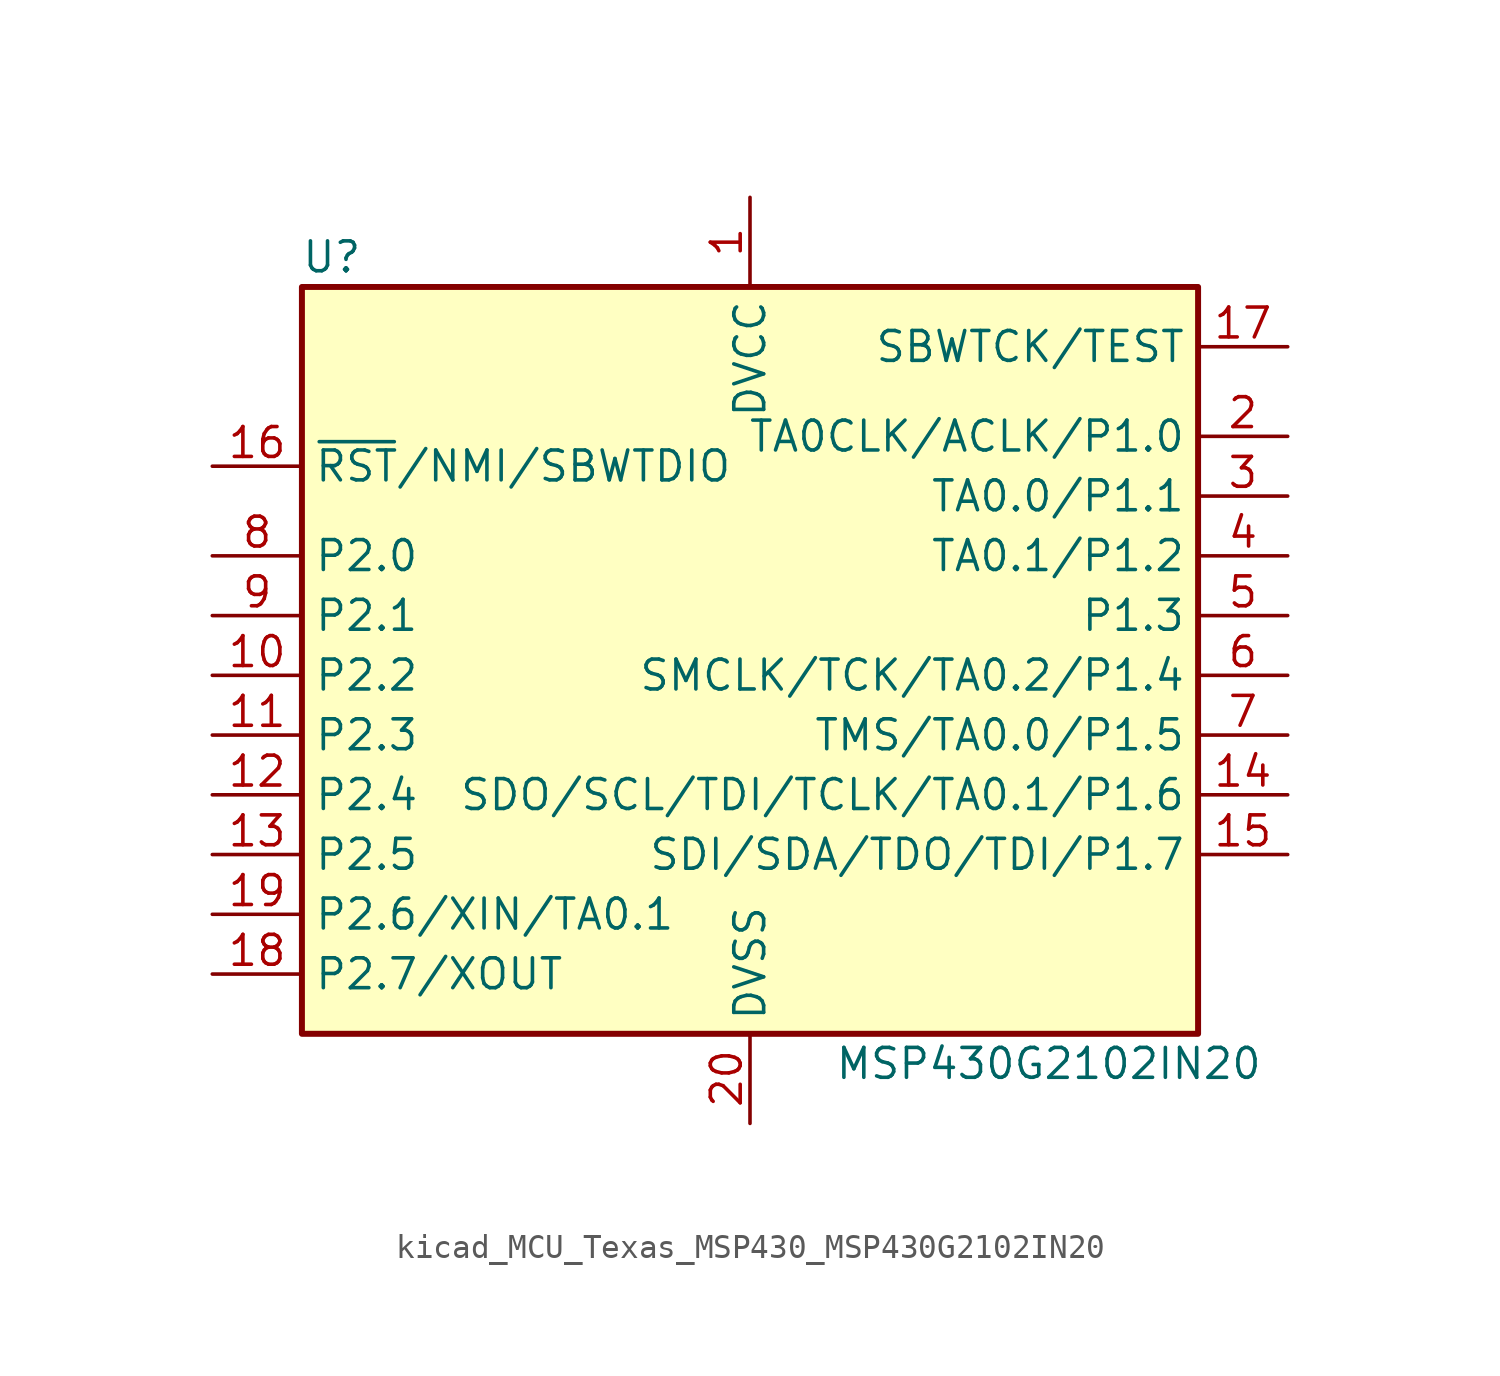
<source format=kicad_sym>
(kicad_symbol_lib
  (version 20220914)
  (generator kicad_symbol_editor)
  (symbol "kicad_MCU_Texas_MSP430_MSP430G2102IN20"
    (property "Reference" "U"
      (at -17.78 17.78 0)
      (effects (font (size 1.27 1.27))))
    (property "Value" "MSP430G2102IN20"
      (at 12.7 -16.51 0)
      (effects (font (size 1.27 1.27))))
    (symbol "kicad_MCU_Texas_MSP430_MSP430G2102IN20_0_1"
      (rectangle (start -19.05 16.51) (end 19.05 -15.24) (stroke (width 0.254) (type default)) (fill (type background))))
    (symbol "kicad_MCU_Texas_MSP430_MSP430G2102IN20_1_1"
      (pin power_in line (at 0 20.32 270) (length 3.81) (name "DVCC" (effects (font (size 1.27 1.27)))) (number "1" (effects (font (size 1.27 1.27)))))
      (pin bidirectional line (at -22.86 0 0) (length 3.81) (name "P2.2" (effects (font (size 1.27 1.27)))) (number "10" (effects (font (size 1.27 1.27)))))
      (pin bidirectional line (at -22.86 -2.54 0) (length 3.81) (name "P2.3" (effects (font (size 1.27 1.27)))) (number "11" (effects (font (size 1.27 1.27)))))
      (pin bidirectional line (at -22.86 -5.08 0) (length 3.81) (name "P2.4" (effects (font (size 1.27 1.27)))) (number "12" (effects (font (size 1.27 1.27)))))
      (pin bidirectional line (at -22.86 -7.62 0) (length 3.81) (name "P2.5" (effects (font (size 1.27 1.27)))) (number "13" (effects (font (size 1.27 1.27)))))
      (pin bidirectional line (at 22.86 -5.08 180) (length 3.81) (name "SDO/SCL/TDI/TCLK/TA0.1/P1.6" (effects (font (size 1.27 1.27)))) (number "14" (effects (font (size 1.27 1.27)))))
      (pin bidirectional line (at 22.86 -7.62 180) (length 3.81) (name "SDI/SDA/TDO/TDI/P1.7" (effects (font (size 1.27 1.27)))) (number "15" (effects (font (size 1.27 1.27)))))
      (pin input line (at -22.86 8.89 0) (length 3.81) (name "~{RST}/NMI/SBWTDIO" (effects (font (size 1.27 1.27)))) (number "16" (effects (font (size 1.27 1.27)))))
      (pin input line (at 22.86 13.97 180) (length 3.81) (name "SBWTCK/TEST" (effects (font (size 1.27 1.27)))) (number "17" (effects (font (size 1.27 1.27)))))
      (pin bidirectional line (at -22.86 -12.7 0) (length 3.81) (name "P2.7/XOUT" (effects (font (size 1.27 1.27)))) (number "18" (effects (font (size 1.27 1.27)))))
      (pin bidirectional line (at -22.86 -10.16 0) (length 3.81) (name "P2.6/XIN/TA0.1" (effects (font (size 1.27 1.27)))) (number "19" (effects (font (size 1.27 1.27)))))
      (pin bidirectional line (at 22.86 10.16 180) (length 3.81) (name "TA0CLK/ACLK/P1.0" (effects (font (size 1.27 1.27)))) (number "2" (effects (font (size 1.27 1.27)))))
      (pin power_in line (at 0 -19.05 90) (length 3.81) (name "DVSS" (effects (font (size 1.27 1.27)))) (number "20" (effects (font (size 1.27 1.27)))))
      (pin bidirectional line (at 22.86 7.62 180) (length 3.81) (name "TA0.0/P1.1" (effects (font (size 1.27 1.27)))) (number "3" (effects (font (size 1.27 1.27)))))
      (pin bidirectional line (at 22.86 5.08 180) (length 3.81) (name "TA0.1/P1.2" (effects (font (size 1.27 1.27)))) (number "4" (effects (font (size 1.27 1.27)))))
      (pin bidirectional line (at 22.86 2.54 180) (length 3.81) (name "P1.3" (effects (font (size 1.27 1.27)))) (number "5" (effects (font (size 1.27 1.27)))))
      (pin bidirectional line (at 22.86 0 180) (length 3.81) (name "SMCLK/TCK/TA0.2/P1.4" (effects (font (size 1.27 1.27)))) (number "6" (effects (font (size 1.27 1.27)))))
      (pin bidirectional line (at 22.86 -2.54 180) (length 3.81) (name "TMS/TA0.0/P1.5" (effects (font (size 1.27 1.27)))) (number "7" (effects (font (size 1.27 1.27)))))
      (pin bidirectional line (at -22.86 5.08 0) (length 3.81) (name "P2.0" (effects (font (size 1.27 1.27)))) (number "8" (effects (font (size 1.27 1.27)))))
      (pin bidirectional line (at -22.86 2.54 0) (length 3.81) (name "P2.1" (effects (font (size 1.27 1.27)))) (number "9" (effects (font (size 1.27 1.27))))))))
</source>
